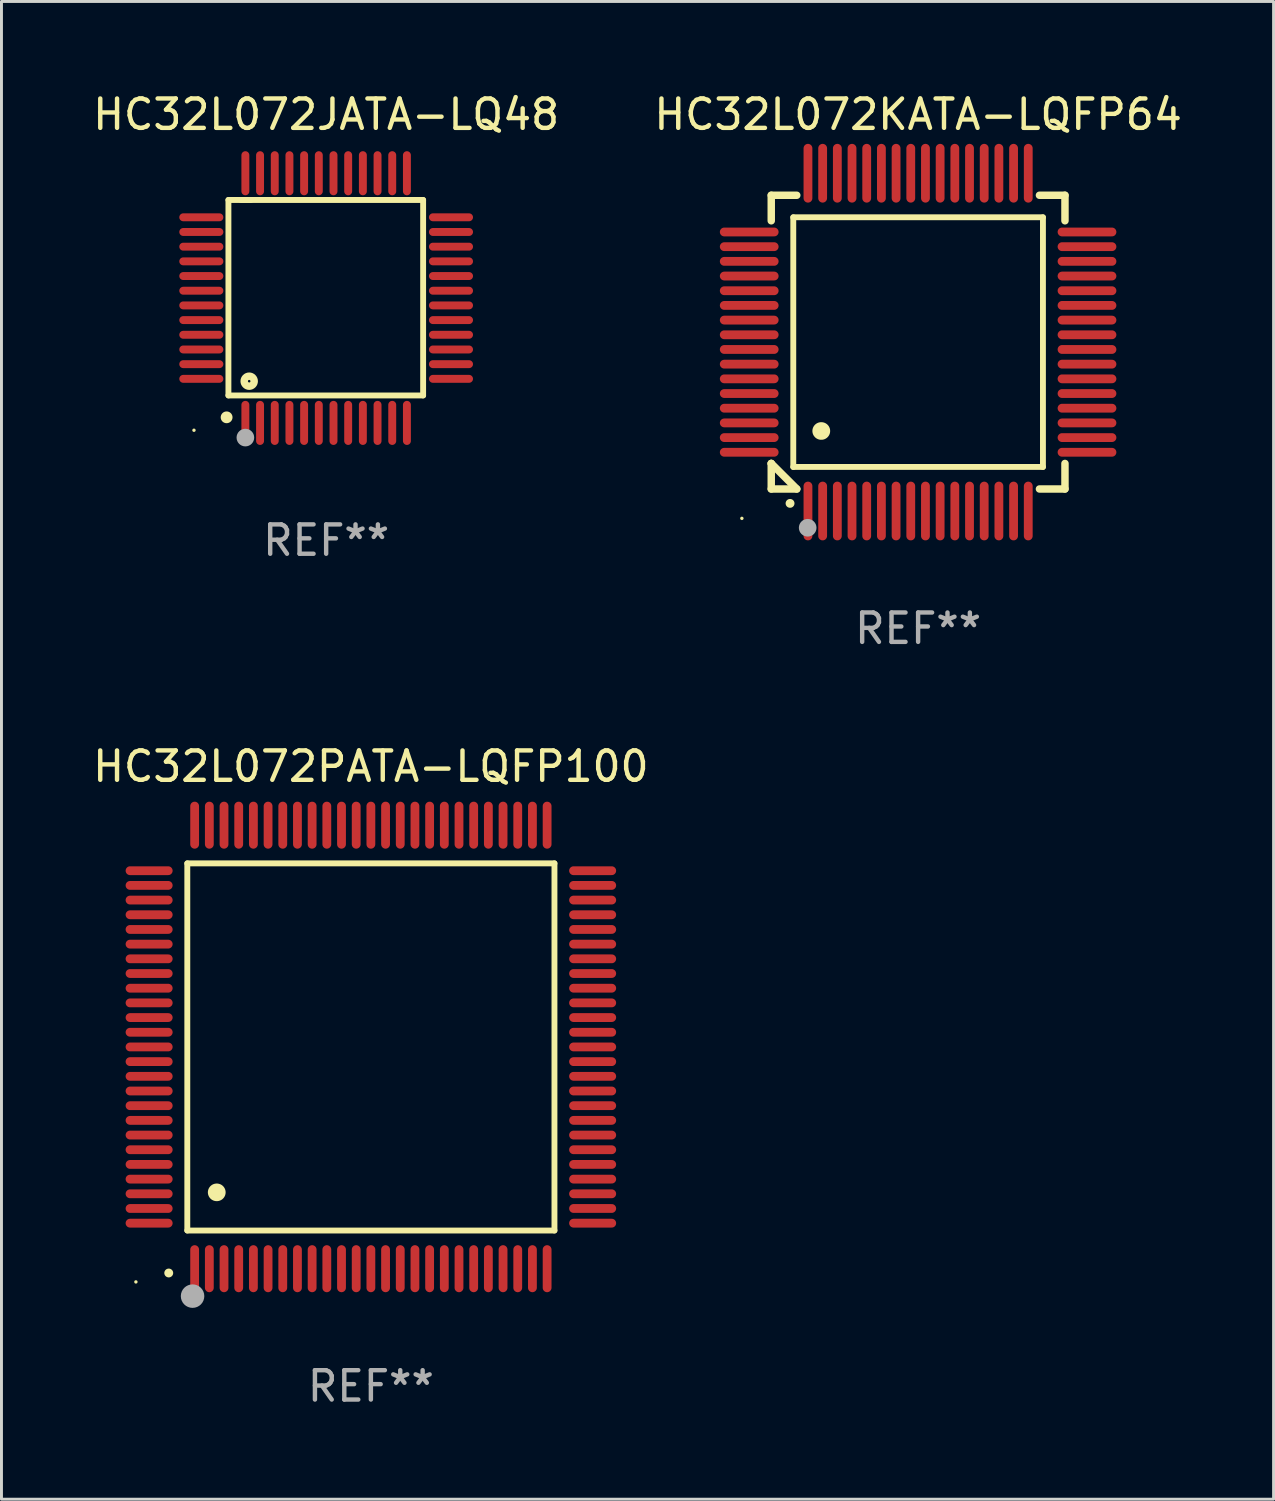
<source format=kicad_pcb>
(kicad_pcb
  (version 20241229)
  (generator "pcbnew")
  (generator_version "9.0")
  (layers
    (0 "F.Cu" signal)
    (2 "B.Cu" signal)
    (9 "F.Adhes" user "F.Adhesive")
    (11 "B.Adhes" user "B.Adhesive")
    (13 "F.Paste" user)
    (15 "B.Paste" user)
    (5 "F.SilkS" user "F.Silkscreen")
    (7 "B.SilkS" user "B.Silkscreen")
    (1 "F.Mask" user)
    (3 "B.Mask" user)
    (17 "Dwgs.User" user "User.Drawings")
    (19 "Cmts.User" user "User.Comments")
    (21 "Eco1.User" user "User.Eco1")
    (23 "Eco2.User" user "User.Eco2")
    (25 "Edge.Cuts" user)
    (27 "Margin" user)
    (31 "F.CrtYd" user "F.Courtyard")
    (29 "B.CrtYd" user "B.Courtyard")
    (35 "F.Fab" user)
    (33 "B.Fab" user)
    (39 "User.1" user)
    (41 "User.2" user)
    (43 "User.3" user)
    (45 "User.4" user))
  (footprint "HC32L072KATA-LQFP64"
    (layer "F.Cu")
    (at 28.208 8.598)
    (property "Reference" "HC32L072KATA-LQFP64" (at 0 -7.75 0) (layer "F.SilkS") (effects (font (size 1 1) (thickness 0.15))))
    (attr through_hole)
    (fp_line (start -5 -5) (end -4.131 -5) (stroke (width 0.254) (type solid)) (layer "F.SilkS"))
    (fp_line (start -5 -4.131) (end -5 -5) (stroke (width 0.254) (type solid)) (layer "F.SilkS"))
    (fp_line (start -5 4.131) (end -5 4.131) (stroke (width 0.254) (type solid)) (layer "F.SilkS"))
    (fp_line (start -5 5) (end -5 4.131) (stroke (width 0.254) (type solid)) (layer "F.SilkS"))
    (fp_line (start -5 4.131) (end -4.131 5) (stroke (width 0.254) (type solid)) (layer "F.SilkS"))
    (fp_line (start -4.25 -4.25) (end -4.25 4.25) (stroke (width 0.2) (type solid)) (layer "F.SilkS"))
    (fp_line (start -4.25 4.25) (end 4.25 4.25) (stroke (width 0.2) (type solid)) (layer "F.SilkS"))
    (fp_line (start -4.131 5) (end -5 5) (stroke (width 0.254) (type solid)) (layer "F.SilkS"))
    (fp_line (start 4.25 -4.25) (end -4.25 -4.25) (stroke (width 0.2) (type solid)) (layer "F.SilkS"))
    (fp_line (start 4.25 4.25) (end 4.25 -4.25) (stroke (width 0.2) (type solid)) (layer "F.SilkS"))
    (fp_line (start 5 -5) (end 4.131 -5) (stroke (width 0.254) (type solid)) (layer "F.SilkS"))
    (fp_line (start 5 -5) (end 5 -4.131) (stroke (width 0.254) (type solid)) (layer "F.SilkS"))
    (fp_line (start 5 4.131) (end 5 5) (stroke (width 0.254) (type solid)) (layer "F.SilkS"))
    (fp_line (start 5 5) (end 4.131 5) (stroke (width 0.254) (type solid)) (layer "F.SilkS"))
    (fp_arc (start -4.361265 5.489992) (mid -4.359995 5.489987) (end -4.358725 5.489992) (stroke (width 0.3) (type solid)) (layer "F.SilkS"))
    (fp_arc (start -3.299467 3.025146) (mid -3.296927 3.025135) (end -3.294387 3.025146) (stroke (width 0.6) (type solid)) (layer "F.SilkS"))
    (fp_circle (center -6 6) (end -5.97 6) (stroke (width 0.06) (type solid)) (fill no) (layer "F.SilkS"))
    (fp_circle (center -3.76 6.32) (end -3.61 6.32) (stroke (width 0.3) (type solid)) (fill no) (layer "F.Fab"))
    (fp_text user "REF**" (at 0 9.75 0) (layer "F.Fab") (effects (font (size 1 1) (thickness 0.15))))
    (pad "1" smd oval (at -3.75 5.75) (size 0.3 2) (layers "F.Cu" "F.Mask" "F.Paste"))
    (pad "2" smd oval (at -3.25 5.75) (size 0.3 2) (layers "F.Cu" "F.Mask" "F.Paste"))
    (pad "3" smd oval (at -2.75 5.75) (size 0.3 2) (layers "F.Cu" "F.Mask" "F.Paste"))
    (pad "4" smd oval (at -2.25 5.75) (size 0.3 2) (layers "F.Cu" "F.Mask" "F.Paste"))
    (pad "5" smd oval (at -1.75 5.75) (size 0.3 2) (layers "F.Cu" "F.Mask" "F.Paste"))
    (pad "6" smd oval (at -1.25 5.75) (size 0.3 2) (layers "F.Cu" "F.Mask" "F.Paste"))
    (pad "7" smd oval (at -0.75 5.75) (size 0.3 2) (layers "F.Cu" "F.Mask" "F.Paste"))
    (pad "8" smd oval (at -0.25 5.75) (size 0.3 2) (layers "F.Cu" "F.Mask" "F.Paste"))
    (pad "9" smd oval (at 0.25 5.75) (size 0.3 2) (layers "F.Cu" "F.Mask" "F.Paste"))
    (pad "10" smd oval (at 0.75 5.75) (size 0.3 2) (layers "F.Cu" "F.Mask" "F.Paste"))
    (pad "11" smd oval (at 1.25 5.75) (size 0.3 2) (layers "F.Cu" "F.Mask" "F.Paste"))
    (pad "12" smd oval (at 1.75 5.75) (size 0.3 2) (layers "F.Cu" "F.Mask" "F.Paste"))
    (pad "13" smd oval (at 2.25 5.75) (size 0.3 2) (layers "F.Cu" "F.Mask" "F.Paste"))
    (pad "14" smd oval (at 2.75 5.75) (size 0.3 2) (layers "F.Cu" "F.Mask" "F.Paste"))
    (pad "15" smd oval (at 3.25 5.75) (size 0.3 2) (layers "F.Cu" "F.Mask" "F.Paste"))
    (pad "16" smd oval (at 3.75 5.75) (size 0.3 2) (layers "F.Cu" "F.Mask" "F.Paste"))
    (pad "17" smd oval (at 5.75 3.75) (size 2 0.3) (layers "F.Cu" "F.Mask" "F.Paste"))
    (pad "18" smd oval (at 5.75 3.25) (size 2 0.3) (layers "F.Cu" "F.Mask" "F.Paste"))
    (pad "19" smd oval (at 5.75 2.75) (size 2 0.3) (layers "F.Cu" "F.Mask" "F.Paste"))
    (pad "20" smd oval (at 5.75 2.25) (size 2 0.3) (layers "F.Cu" "F.Mask" "F.Paste"))
    (pad "21" smd oval (at 5.75 1.75) (size 2 0.3) (layers "F.Cu" "F.Mask" "F.Paste"))
    (pad "22" smd oval (at 5.75 1.25) (size 2 0.3) (layers "F.Cu" "F.Mask" "F.Paste"))
    (pad "23" smd oval (at 5.75 0.75) (size 2 0.3) (layers "F.Cu" "F.Mask" "F.Paste"))
    (pad "24" smd oval (at 5.75 0.25) (size 2 0.3) (layers "F.Cu" "F.Mask" "F.Paste"))
    (pad "25" smd oval (at 5.75 -0.25) (size 2 0.3) (layers "F.Cu" "F.Mask" "F.Paste"))
    (pad "26" smd oval (at 5.75 -0.75) (size 2 0.3) (layers "F.Cu" "F.Mask" "F.Paste"))
    (pad "27" smd oval (at 5.75 -1.25) (size 2 0.3) (layers "F.Cu" "F.Mask" "F.Paste"))
    (pad "28" smd oval (at 5.75 -1.75) (size 2 0.3) (layers "F.Cu" "F.Mask" "F.Paste"))
    (pad "29" smd oval (at 5.75 -2.25) (size 2 0.3) (layers "F.Cu" "F.Mask" "F.Paste"))
    (pad "30" smd oval (at 5.75 -2.75) (size 2 0.3) (layers "F.Cu" "F.Mask" "F.Paste"))
    (pad "31" smd oval (at 5.75 -3.25) (size 2 0.3) (layers "F.Cu" "F.Mask" "F.Paste"))
    (pad "32" smd oval (at 5.75 -3.75) (size 2 0.3) (layers "F.Cu" "F.Mask" "F.Paste"))
    (pad "33" smd oval (at 3.75 -5.75) (size 0.3 2) (layers "F.Cu" "F.Mask" "F.Paste"))
    (pad "34" smd oval (at 3.25 -5.75) (size 0.3 2) (layers "F.Cu" "F.Mask" "F.Paste"))
    (pad "35" smd oval (at 2.75 -5.75) (size 0.3 2) (layers "F.Cu" "F.Mask" "F.Paste"))
    (pad "36" smd oval (at 2.25 -5.75) (size 0.3 2) (layers "F.Cu" "F.Mask" "F.Paste"))
    (pad "37" smd oval (at 1.75 -5.75) (size 0.3 2) (layers "F.Cu" "F.Mask" "F.Paste"))
    (pad "38" smd oval (at 1.25 -5.75) (size 0.3 2) (layers "F.Cu" "F.Mask" "F.Paste"))
    (pad "39" smd oval (at 0.75 -5.75) (size 0.3 2) (layers "F.Cu" "F.Mask" "F.Paste"))
    (pad "40" smd oval (at 0.25 -5.75) (size 0.3 2) (layers "F.Cu" "F.Mask" "F.Paste"))
    (pad "41" smd oval (at -0.25 -5.75) (size 0.3 2) (layers "F.Cu" "F.Mask" "F.Paste"))
    (pad "42" smd oval (at -0.75 -5.75) (size 0.3 2) (layers "F.Cu" "F.Mask" "F.Paste"))
    (pad "43" smd oval (at -1.25 -5.75) (size 0.3 2) (layers "F.Cu" "F.Mask" "F.Paste"))
    (pad "44" smd oval (at -1.75 -5.75) (size 0.3 2) (layers "F.Cu" "F.Mask" "F.Paste"))
    (pad "45" smd oval (at -2.25 -5.75) (size 0.3 2) (layers "F.Cu" "F.Mask" "F.Paste"))
    (pad "46" smd oval (at -2.75 -5.75) (size 0.3 2) (layers "F.Cu" "F.Mask" "F.Paste"))
    (pad "47" smd oval (at -3.25 -5.75) (size 0.3 2) (layers "F.Cu" "F.Mask" "F.Paste"))
    (pad "48" smd oval (at -3.75 -5.75) (size 0.3 2) (layers "F.Cu" "F.Mask" "F.Paste"))
    (pad "49" smd oval (at -5.75 -3.75) (size 2 0.3) (layers "F.Cu" "F.Mask" "F.Paste"))
    (pad "50" smd oval (at -5.75 -3.25) (size 2 0.3) (layers "F.Cu" "F.Mask" "F.Paste"))
    (pad "51" smd oval (at -5.75 -2.75) (size 2 0.3) (layers "F.Cu" "F.Mask" "F.Paste"))
    (pad "52" smd oval (at -5.75 -2.25) (size 2 0.3) (layers "F.Cu" "F.Mask" "F.Paste"))
    (pad "53" smd oval (at -5.75 -1.75) (size 2 0.3) (layers "F.Cu" "F.Mask" "F.Paste"))
    (pad "54" smd oval (at -5.75 -1.25) (size 2 0.3) (layers "F.Cu" "F.Mask" "F.Paste"))
    (pad "55" smd oval (at -5.75 -0.75) (size 2 0.3) (layers "F.Cu" "F.Mask" "F.Paste"))
    (pad "56" smd oval (at -5.75 -0.25) (size 2 0.3) (layers "F.Cu" "F.Mask" "F.Paste"))
    (pad "57" smd oval (at -5.75 0.25) (size 2 0.3) (layers "F.Cu" "F.Mask" "F.Paste"))
    (pad "58" smd oval (at -5.75 0.75) (size 2 0.3) (layers "F.Cu" "F.Mask" "F.Paste"))
    (pad "59" smd oval (at -5.75 1.25) (size 2 0.3) (layers "F.Cu" "F.Mask" "F.Paste"))
    (pad "60" smd oval (at -5.75 1.75) (size 2 0.3) (layers "F.Cu" "F.Mask" "F.Paste"))
    (pad "61" smd oval (at -5.75 2.25) (size 2 0.3) (layers "F.Cu" "F.Mask" "F.Paste"))
    (pad "62" smd oval (at -5.75 2.75) (size 2 0.3) (layers "F.Cu" "F.Mask" "F.Paste"))
    (pad "63" smd oval (at -5.75 3.25) (size 2 0.3) (layers "F.Cu" "F.Mask" "F.Paste"))
    (pad "64" smd oval (at -5.75 3.75) (size 2 0.3) (layers "F.Cu" "F.Mask" "F.Paste")))
  (footprint "HC32L072JATA-LQ48"
    (layer "F.Cu")
    (at 8.054 7.098)
    (property "Reference" "HC32L072JATA-LQ48" (at 0 -6.25 0) (layer "F.SilkS") (effects (font (size 1 1) (thickness 0.15))))
    (attr through_hole)
    (fp_line (start -3.327 -3.34) (end -2.565 -3.34) (stroke (width 0.2) (type solid)) (layer "F.SilkS"))
    (fp_line (start -3.327 3.315) (end -3.327 -3.34) (stroke (width 0.2) (type solid)) (layer "F.SilkS"))
    (fp_line (start -2.896 -3.34) (end 3.302 -3.34) (stroke (width 0.2) (type solid)) (layer "F.SilkS"))
    (fp_line (start 3.302 -3.34) (end 3.302 3.315) (stroke (width 0.2) (type solid)) (layer "F.SilkS"))
    (fp_line (start 3.302 3.315) (end -3.327 3.315) (stroke (width 0.2) (type solid)) (layer "F.SilkS"))
    (fp_arc (start -3.389992 4.059995) (mid -3.388722 4.059991) (end -3.387452 4.059995) (stroke (width 0.4) (type solid)) (layer "F.SilkS"))
    (fp_circle (center -4.5 4.5) (end -4.47 4.5) (stroke (width 0.06) (type solid)) (fill no) (layer "F.SilkS"))
    (fp_circle (center -2.62 2.83) (end -2.45 2.83) (stroke (width 0.254) (type solid)) (fill no) (layer "F.SilkS"))
    (fp_circle (center -2.75 4.75) (end -2.6 4.75) (stroke (width 0.3) (type solid)) (fill no) (layer "F.Fab"))
    (fp_text user "REF**" (at 0 8.25 0) (layer "F.Fab") (effects (font (size 1 1) (thickness 0.15))))
    (pad "1" smd oval (at -2.75 4.25) (size 0.27 1.5) (layers "F.Cu" "F.Mask" "F.Paste"))
    (pad "2" smd oval (at -2.25 4.25) (size 0.27 1.5) (layers "F.Cu" "F.Mask" "F.Paste"))
    (pad "3" smd oval (at -1.75 4.25) (size 0.27 1.5) (layers "F.Cu" "F.Mask" "F.Paste"))
    (pad "4" smd oval (at -1.25 4.25) (size 0.27 1.5) (layers "F.Cu" "F.Mask" "F.Paste"))
    (pad "5" smd oval (at -0.75 4.25) (size 0.27 1.5) (layers "F.Cu" "F.Mask" "F.Paste"))
    (pad "6" smd oval (at -0.25 4.25) (size 0.27 1.5) (layers "F.Cu" "F.Mask" "F.Paste"))
    (pad "7" smd oval (at 0.25 4.25) (size 0.27 1.5) (layers "F.Cu" "F.Mask" "F.Paste"))
    (pad "8" smd oval (at 0.75 4.25) (size 0.27 1.5) (layers "F.Cu" "F.Mask" "F.Paste"))
    (pad "9" smd oval (at 1.25 4.25) (size 0.27 1.5) (layers "F.Cu" "F.Mask" "F.Paste"))
    (pad "10" smd oval (at 1.75 4.25) (size 0.27 1.5) (layers "F.Cu" "F.Mask" "F.Paste"))
    (pad "11" smd oval (at 2.25 4.25) (size 0.27 1.5) (layers "F.Cu" "F.Mask" "F.Paste"))
    (pad "12" smd oval (at 2.75 4.25) (size 0.27 1.5) (layers "F.Cu" "F.Mask" "F.Paste"))
    (pad "13" smd oval (at 4.25 2.75) (size 1.5 0.27) (layers "F.Cu" "F.Mask" "F.Paste"))
    (pad "14" smd oval (at 4.25 2.25) (size 1.5 0.27) (layers "F.Cu" "F.Mask" "F.Paste"))
    (pad "15" smd oval (at 4.25 1.75) (size 1.5 0.27) (layers "F.Cu" "F.Mask" "F.Paste"))
    (pad "16" smd oval (at 4.25 1.25) (size 1.5 0.27) (layers "F.Cu" "F.Mask" "F.Paste"))
    (pad "17" smd oval (at 4.25 0.75) (size 1.5 0.27) (layers "F.Cu" "F.Mask" "F.Paste"))
    (pad "18" smd oval (at 4.25 0.25) (size 1.5 0.27) (layers "F.Cu" "F.Mask" "F.Paste"))
    (pad "19" smd oval (at 4.25 -0.25) (size 1.5 0.27) (layers "F.Cu" "F.Mask" "F.Paste"))
    (pad "20" smd oval (at 4.25 -0.75) (size 1.5 0.27) (layers "F.Cu" "F.Mask" "F.Paste"))
    (pad "21" smd oval (at 4.25 -1.25) (size 1.5 0.27) (layers "F.Cu" "F.Mask" "F.Paste"))
    (pad "22" smd oval (at 4.25 -1.75) (size 1.5 0.27) (layers "F.Cu" "F.Mask" "F.Paste"))
    (pad "23" smd oval (at 4.25 -2.25) (size 1.5 0.27) (layers "F.Cu" "F.Mask" "F.Paste"))
    (pad "24" smd oval (at 4.25 -2.75) (size 1.5 0.27) (layers "F.Cu" "F.Mask" "F.Paste"))
    (pad "25" smd oval (at 2.75 -4.25) (size 0.27 1.5) (layers "F.Cu" "F.Mask" "F.Paste"))
    (pad "26" smd oval (at 2.25 -4.25) (size 0.27 1.5) (layers "F.Cu" "F.Mask" "F.Paste"))
    (pad "27" smd oval (at 1.75 -4.25) (size 0.27 1.5) (layers "F.Cu" "F.Mask" "F.Paste"))
    (pad "28" smd oval (at 1.25 -4.25) (size 0.27 1.5) (layers "F.Cu" "F.Mask" "F.Paste"))
    (pad "29" smd oval (at 0.75 -4.25) (size 0.27 1.5) (layers "F.Cu" "F.Mask" "F.Paste"))
    (pad "30" smd oval (at 0.25 -4.25) (size 0.27 1.5) (layers "F.Cu" "F.Mask" "F.Paste"))
    (pad "31" smd oval (at -0.25 -4.25) (size 0.27 1.5) (layers "F.Cu" "F.Mask" "F.Paste"))
    (pad "32" smd oval (at -0.75 -4.25) (size 0.27 1.5) (layers "F.Cu" "F.Mask" "F.Paste"))
    (pad "33" smd oval (at -1.25 -4.25) (size 0.27 1.5) (layers "F.Cu" "F.Mask" "F.Paste"))
    (pad "34" smd oval (at -1.75 -4.25) (size 0.27 1.5) (layers "F.Cu" "F.Mask" "F.Paste"))
    (pad "35" smd oval (at -2.25 -4.25) (size 0.27 1.5) (layers "F.Cu" "F.Mask" "F.Paste"))
    (pad "36" smd oval (at -2.75 -4.25) (size 0.27 1.5) (layers "F.Cu" "F.Mask" "F.Paste"))
    (pad "37" smd oval (at -4.25 -2.75) (size 1.5 0.27) (layers "F.Cu" "F.Mask" "F.Paste"))
    (pad "38" smd oval (at -4.25 -2.25) (size 1.5 0.27) (layers "F.Cu" "F.Mask" "F.Paste"))
    (pad "39" smd oval (at -4.25 -1.75) (size 1.5 0.27) (layers "F.Cu" "F.Mask" "F.Paste"))
    (pad "40" smd oval (at -4.25 -1.25) (size 1.5 0.27) (layers "F.Cu" "F.Mask" "F.Paste"))
    (pad "41" smd oval (at -4.25 -0.75) (size 1.5 0.27) (layers "F.Cu" "F.Mask" "F.Paste"))
    (pad "42" smd oval (at -4.25 -0.25) (size 1.5 0.27) (layers "F.Cu" "F.Mask" "F.Paste"))
    (pad "43" smd oval (at -4.25 0.25) (size 1.5 0.27) (layers "F.Cu" "F.Mask" "F.Paste"))
    (pad "44" smd oval (at -4.25 0.75) (size 1.5 0.27) (layers "F.Cu" "F.Mask" "F.Paste"))
    (pad "45" smd oval (at -4.25 1.25) (size 1.5 0.27) (layers "F.Cu" "F.Mask" "F.Paste"))
    (pad "46" smd oval (at -4.25 1.75) (size 1.5 0.27) (layers "F.Cu" "F.Mask" "F.Paste"))
    (pad "47" smd oval (at -4.25 2.25) (size 1.5 0.27) (layers "F.Cu" "F.Mask" "F.Paste"))
    (pad "48" smd oval (at -4.25 2.75) (size 1.5 0.27) (layers "F.Cu" "F.Mask" "F.Paste")))
  (footprint "HC32L072PATA-LQFP100"
    (layer "F.Cu")
    (at 9.577 32.594)
    (property "Reference" "HC32L072PATA-LQFP100" (at 0 -9.55 0) (layer "F.SilkS") (effects (font (size 1 1) (thickness 0.15))))
    (attr through_hole)
    (fp_line (start -6.25 -6.25) (end -6.25 6.25) (stroke (width 0.2) (type solid)) (layer "F.SilkS"))
    (fp_line (start -6.25 6.25) (end 6.25 6.25) (stroke (width 0.2) (type solid)) (layer "F.SilkS"))
    (fp_line (start 6.25 -6.25) (end -6.25 -6.25) (stroke (width 0.2) (type solid)) (layer "F.SilkS"))
    (fp_line (start 6.25 6.25) (end 6.25 -6.25) (stroke (width 0.2) (type solid)) (layer "F.SilkS"))
    (fp_arc (start -6.883414 7.696215) (mid -6.882144 7.69621) (end -6.880874 7.696215) (stroke (width 0.3) (type solid)) (layer "F.SilkS"))
    (fp_arc (start -5.250191 4.95047) (mid -5.247651 4.950459) (end -5.245111 4.95047) (stroke (width 0.6) (type solid)) (layer "F.SilkS"))
    (fp_circle (center -8 8) (end -7.97 8) (stroke (width 0.06) (type solid)) (fill no) (layer "F.SilkS"))
    (fp_circle (center -6.071 8.484) (end -5.871 8.484) (stroke (width 0.4) (type solid)) (fill no) (layer "F.Fab"))
    (fp_text user "REF**" (at 0 11.55 0) (layer "F.Fab") (effects (font (size 1 1) (thickness 0.15))))
    (pad "1" smd oval (at -6 7.55) (size 0.3 1.6) (layers "F.Cu" "F.Mask" "F.Paste"))
    (pad "2" smd oval (at -5.5 7.55) (size 0.3 1.6) (layers "F.Cu" "F.Mask" "F.Paste"))
    (pad "3" smd oval (at -5 7.55) (size 0.3 1.6) (layers "F.Cu" "F.Mask" "F.Paste"))
    (pad "4" smd oval (at -4.5 7.55) (size 0.3 1.6) (layers "F.Cu" "F.Mask" "F.Paste"))
    (pad "5" smd oval (at -4 7.55) (size 0.3 1.6) (layers "F.Cu" "F.Mask" "F.Paste"))
    (pad "6" smd oval (at -3.5 7.55) (size 0.3 1.6) (layers "F.Cu" "F.Mask" "F.Paste"))
    (pad "7" smd oval (at -3 7.55) (size 0.3 1.6) (layers "F.Cu" "F.Mask" "F.Paste"))
    (pad "8" smd oval (at -2.5 7.55) (size 0.3 1.6) (layers "F.Cu" "F.Mask" "F.Paste"))
    (pad "9" smd oval (at -2 7.55) (size 0.3 1.6) (layers "F.Cu" "F.Mask" "F.Paste"))
    (pad "10" smd oval (at -1.5 7.55) (size 0.3 1.6) (layers "F.Cu" "F.Mask" "F.Paste"))
    (pad "11" smd oval (at -1 7.55) (size 0.3 1.6) (layers "F.Cu" "F.Mask" "F.Paste"))
    (pad "12" smd oval (at -0.5 7.55) (size 0.3 1.6) (layers "F.Cu" "F.Mask" "F.Paste"))
    (pad "13" smd oval (at 0 7.55) (size 0.3 1.6) (layers "F.Cu" "F.Mask" "F.Paste"))
    (pad "14" smd oval (at 0.5 7.55) (size 0.3 1.6) (layers "F.Cu" "F.Mask" "F.Paste"))
    (pad "15" smd oval (at 1 7.55) (size 0.3 1.6) (layers "F.Cu" "F.Mask" "F.Paste"))
    (pad "16" smd oval (at 1.5 7.55) (size 0.3 1.6) (layers "F.Cu" "F.Mask" "F.Paste"))
    (pad "17" smd oval (at 2 7.55) (size 0.3 1.6) (layers "F.Cu" "F.Mask" "F.Paste"))
    (pad "18" smd oval (at 2.5 7.55) (size 0.3 1.6) (layers "F.Cu" "F.Mask" "F.Paste"))
    (pad "19" smd oval (at 3 7.55) (size 0.3 1.6) (layers "F.Cu" "F.Mask" "F.Paste"))
    (pad "20" smd oval (at 3.5 7.55) (size 0.3 1.6) (layers "F.Cu" "F.Mask" "F.Paste"))
    (pad "21" smd oval (at 4 7.55) (size 0.3 1.6) (layers "F.Cu" "F.Mask" "F.Paste"))
    (pad "22" smd oval (at 4.5 7.55) (size 0.3 1.6) (layers "F.Cu" "F.Mask" "F.Paste"))
    (pad "23" smd oval (at 5 7.55) (size 0.3 1.6) (layers "F.Cu" "F.Mask" "F.Paste"))
    (pad "24" smd oval (at 5.5 7.55) (size 0.3 1.6) (layers "F.Cu" "F.Mask" "F.Paste"))
    (pad "25" smd oval (at 6 7.55) (size 0.3 1.6) (layers "F.Cu" "F.Mask" "F.Paste"))
    (pad "26" smd oval (at 7.55 6) (size 1.6 0.3) (layers "F.Cu" "F.Mask" "F.Paste"))
    (pad "27" smd oval (at 7.55 5.5) (size 1.6 0.3) (layers "F.Cu" "F.Mask" "F.Paste"))
    (pad "28" smd oval (at 7.55 5) (size 1.6 0.3) (layers "F.Cu" "F.Mask" "F.Paste"))
    (pad "29" smd oval (at 7.55 4.5) (size 1.6 0.3) (layers "F.Cu" "F.Mask" "F.Paste"))
    (pad "30" smd oval (at 7.55 4) (size 1.6 0.3) (layers "F.Cu" "F.Mask" "F.Paste"))
    (pad "31" smd oval (at 7.55 3.5) (size 1.6 0.3) (layers "F.Cu" "F.Mask" "F.Paste"))
    (pad "32" smd oval (at 7.55 3) (size 1.6 0.3) (layers "F.Cu" "F.Mask" "F.Paste"))
    (pad "33" smd oval (at 7.55 2.5) (size 1.6 0.3) (layers "F.Cu" "F.Mask" "F.Paste"))
    (pad "34" smd oval (at 7.55 2) (size 1.6 0.3) (layers "F.Cu" "F.Mask" "F.Paste"))
    (pad "35" smd oval (at 7.55 1.5) (size 1.6 0.3) (layers "F.Cu" "F.Mask" "F.Paste"))
    (pad "36" smd oval (at 7.55 1) (size 1.6 0.3) (layers "F.Cu" "F.Mask" "F.Paste"))
    (pad "37" smd oval (at 7.55 0.5) (size 1.6 0.3) (layers "F.Cu" "F.Mask" "F.Paste"))
    (pad "38" smd oval (at 7.55 0) (size 1.6 0.3) (layers "F.Cu" "F.Mask" "F.Paste"))
    (pad "39" smd oval (at 7.55 -0.5) (size 1.6 0.3) (layers "F.Cu" "F.Mask" "F.Paste"))
    (pad "40" smd oval (at 7.55 -1) (size 1.6 0.3) (layers "F.Cu" "F.Mask" "F.Paste"))
    (pad "41" smd oval (at 7.55 -1.5) (size 1.6 0.3) (layers "F.Cu" "F.Mask" "F.Paste"))
    (pad "42" smd oval (at 7.55 -2) (size 1.6 0.3) (layers "F.Cu" "F.Mask" "F.Paste"))
    (pad "43" smd oval (at 7.55 -2.5) (size 1.6 0.3) (layers "F.Cu" "F.Mask" "F.Paste"))
    (pad "44" smd oval (at 7.55 -3) (size 1.6 0.3) (layers "F.Cu" "F.Mask" "F.Paste"))
    (pad "45" smd oval (at 7.55 -3.5) (size 1.6 0.3) (layers "F.Cu" "F.Mask" "F.Paste"))
    (pad "46" smd oval (at 7.55 -4) (size 1.6 0.3) (layers "F.Cu" "F.Mask" "F.Paste"))
    (pad "47" smd oval (at 7.55 -4.5) (size 1.6 0.3) (layers "F.Cu" "F.Mask" "F.Paste"))
    (pad "48" smd oval (at 7.55 -5) (size 1.6 0.3) (layers "F.Cu" "F.Mask" "F.Paste"))
    (pad "49" smd oval (at 7.55 -5.5) (size 1.6 0.3) (layers "F.Cu" "F.Mask" "F.Paste"))
    (pad "50" smd oval (at 7.55 -6) (size 1.6 0.3) (layers "F.Cu" "F.Mask" "F.Paste"))
    (pad "51" smd oval (at 6 -7.55) (size 0.3 1.6) (layers "F.Cu" "F.Mask" "F.Paste"))
    (pad "52" smd oval (at 5.5 -7.55) (size 0.3 1.6) (layers "F.Cu" "F.Mask" "F.Paste"))
    (pad "53" smd oval (at 5 -7.55) (size 0.3 1.6) (layers "F.Cu" "F.Mask" "F.Paste"))
    (pad "54" smd oval (at 4.5 -7.55) (size 0.3 1.6) (layers "F.Cu" "F.Mask" "F.Paste"))
    (pad "55" smd oval (at 4 -7.55) (size 0.3 1.6) (layers "F.Cu" "F.Mask" "F.Paste"))
    (pad "56" smd oval (at 3.5 -7.55) (size 0.3 1.6) (layers "F.Cu" "F.Mask" "F.Paste"))
    (pad "57" smd oval (at 3 -7.55) (size 0.3 1.6) (layers "F.Cu" "F.Mask" "F.Paste"))
    (pad "58" smd oval (at 2.5 -7.55) (size 0.3 1.6) (layers "F.Cu" "F.Mask" "F.Paste"))
    (pad "59" smd oval (at 2 -7.55) (size 0.3 1.6) (layers "F.Cu" "F.Mask" "F.Paste"))
    (pad "60" smd oval (at 1.5 -7.55) (size 0.3 1.6) (layers "F.Cu" "F.Mask" "F.Paste"))
    (pad "61" smd oval (at 1 -7.55) (size 0.3 1.6) (layers "F.Cu" "F.Mask" "F.Paste"))
    (pad "62" smd oval (at 0.5 -7.55) (size 0.3 1.6) (layers "F.Cu" "F.Mask" "F.Paste"))
    (pad "63" smd oval (at 0 -7.55) (size 0.3 1.6) (layers "F.Cu" "F.Mask" "F.Paste"))
    (pad "64" smd oval (at -0.5 -7.55) (size 0.3 1.6) (layers "F.Cu" "F.Mask" "F.Paste"))
    (pad "65" smd oval (at -1 -7.55) (size 0.3 1.6) (layers "F.Cu" "F.Mask" "F.Paste"))
    (pad "66" smd oval (at -1.5 -7.55) (size 0.3 1.6) (layers "F.Cu" "F.Mask" "F.Paste"))
    (pad "67" smd oval (at -2 -7.55) (size 0.3 1.6) (layers "F.Cu" "F.Mask" "F.Paste"))
    (pad "68" smd oval (at -2.5 -7.55) (size 0.3 1.6) (layers "F.Cu" "F.Mask" "F.Paste"))
    (pad "69" smd oval (at -3 -7.55) (size 0.3 1.6) (layers "F.Cu" "F.Mask" "F.Paste"))
    (pad "70" smd oval (at -3.5 -7.55) (size 0.3 1.6) (layers "F.Cu" "F.Mask" "F.Paste"))
    (pad "71" smd oval (at -4 -7.55) (size 0.3 1.6) (layers "F.Cu" "F.Mask" "F.Paste"))
    (pad "72" smd oval (at -4.5 -7.55) (size 0.3 1.6) (layers "F.Cu" "F.Mask" "F.Paste"))
    (pad "73" smd oval (at -5 -7.55) (size 0.3 1.6) (layers "F.Cu" "F.Mask" "F.Paste"))
    (pad "74" smd oval (at -5.5 -7.55) (size 0.3 1.6) (layers "F.Cu" "F.Mask" "F.Paste"))
    (pad "75" smd oval (at -6 -7.55) (size 0.3 1.6) (layers "F.Cu" "F.Mask" "F.Paste"))
    (pad "76" smd oval (at -7.55 -6) (size 1.6 0.3) (layers "F.Cu" "F.Mask" "F.Paste"))
    (pad "77" smd oval (at -7.55 -5.5) (size 1.6 0.3) (layers "F.Cu" "F.Mask" "F.Paste"))
    (pad "78" smd oval (at -7.55 -5) (size 1.6 0.3) (layers "F.Cu" "F.Mask" "F.Paste"))
    (pad "79" smd oval (at -7.55 -4.5) (size 1.6 0.3) (layers "F.Cu" "F.Mask" "F.Paste"))
    (pad "80" smd oval (at -7.55 -4) (size 1.6 0.3) (layers "F.Cu" "F.Mask" "F.Paste"))
    (pad "81" smd oval (at -7.55 -3.5) (size 1.6 0.3) (layers "F.Cu" "F.Mask" "F.Paste"))
    (pad "82" smd oval (at -7.55 -3) (size 1.6 0.3) (layers "F.Cu" "F.Mask" "F.Paste"))
    (pad "83" smd oval (at -7.55 -2.5) (size 1.6 0.3) (layers "F.Cu" "F.Mask" "F.Paste"))
    (pad "84" smd oval (at -7.55 -2) (size 1.6 0.3) (layers "F.Cu" "F.Mask" "F.Paste"))
    (pad "85" smd oval (at -7.55 -1.5) (size 1.6 0.3) (layers "F.Cu" "F.Mask" "F.Paste"))
    (pad "86" smd oval (at -7.55 -1) (size 1.6 0.3) (layers "F.Cu" "F.Mask" "F.Paste"))
    (pad "87" smd oval (at -7.55 -0.5) (size 1.6 0.3) (layers "F.Cu" "F.Mask" "F.Paste"))
    (pad "88" smd oval (at -7.55 0) (size 1.6 0.3) (layers "F.Cu" "F.Mask" "F.Paste"))
    (pad "89" smd oval (at -7.55 0.5) (size 1.6 0.3) (layers "F.Cu" "F.Mask" "F.Paste"))
    (pad "90" smd oval (at -7.55 1) (size 1.6 0.3) (layers "F.Cu" "F.Mask" "F.Paste"))
    (pad "91" smd oval (at -7.55 1.5) (size 1.6 0.3) (layers "F.Cu" "F.Mask" "F.Paste"))
    (pad "92" smd oval (at -7.55 2) (size 1.6 0.3) (layers "F.Cu" "F.Mask" "F.Paste"))
    (pad "93" smd oval (at -7.55 2.5) (size 1.6 0.3) (layers "F.Cu" "F.Mask" "F.Paste"))
    (pad "94" smd oval (at -7.55 3) (size 1.6 0.3) (layers "F.Cu" "F.Mask" "F.Paste"))
    (pad "95" smd oval (at -7.55 3.5) (size 1.6 0.3) (layers "F.Cu" "F.Mask" "F.Paste"))
    (pad "96" smd oval (at -7.55 4) (size 1.6 0.3) (layers "F.Cu" "F.Mask" "F.Paste"))
    (pad "97" smd oval (at -7.55 4.5) (size 1.6 0.3) (layers "F.Cu" "F.Mask" "F.Paste"))
    (pad "98" smd oval (at -7.55 5) (size 1.6 0.3) (layers "F.Cu" "F.Mask" "F.Paste"))
    (pad "99" smd oval (at -7.55 5.5) (size 1.6 0.3) (layers "F.Cu" "F.Mask" "F.Paste"))
    (pad "100" smd oval (at -7.55 6) (size 1.6 0.3) (layers "F.Cu" "F.Mask" "F.Paste")))
  (gr_rect
    (start -3 -3)
    (end 40.31 47.992)
    (stroke (width 0.1) (type default))
    (fill no)
    (layer "Edge.Cuts")))
</source>
